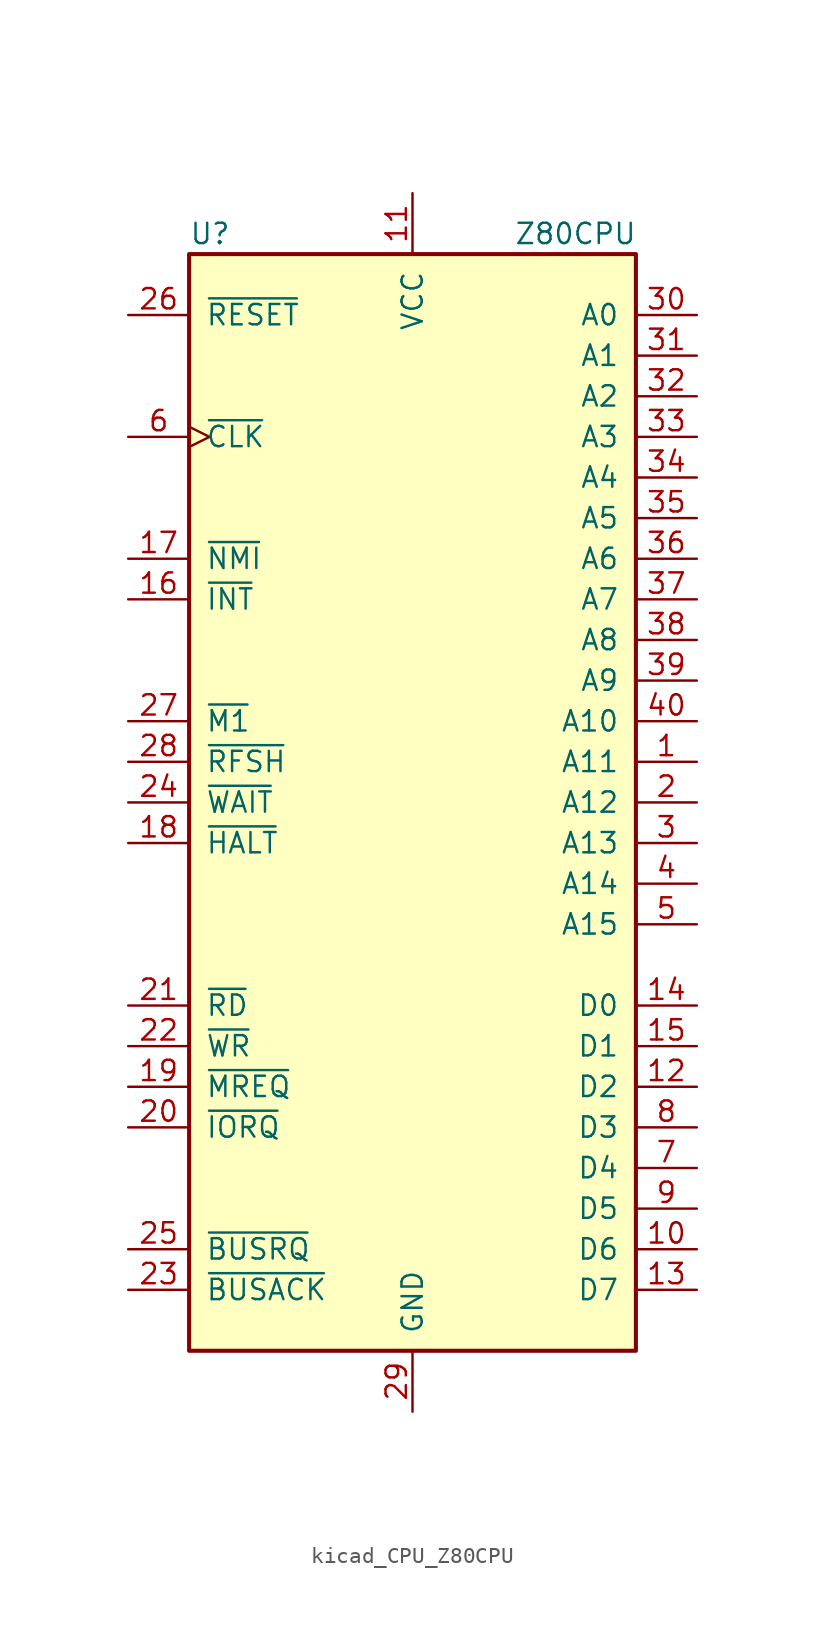
<source format=kicad_sym>
(kicad_symbol_lib
  (version 20220914)
  (generator kicad_symbol_editor)
  (symbol "kicad_CPU_Z80CPU"
    (pin_names
      (offset 1.016))
    (property "Reference" "U"
      (at -13.97 35.56 0)
      (effects (font (size 1.27 1.27)) (justify left)))
    (property "Value" "Z80CPU"
      (at 6.35 35.56 0)
      (effects (font (size 1.27 1.27)) (justify left)))
    (symbol "kicad_CPU_Z80CPU_0_1"
      (rectangle (start -13.97 34.29) (end 13.97 -34.29) (stroke (width 0.254) (type default)) (fill (type background))))
    (symbol "kicad_CPU_Z80CPU_1_1"
      (pin output line (at 17.78 2.54 180) (length 3.81) (name "A11" (effects (font (size 1.27 1.27)))) (number "1" (effects (font (size 1.27 1.27)))))
      (pin bidirectional line (at 17.78 -27.94 180) (length 3.81) (name "D6" (effects (font (size 1.27 1.27)))) (number "10" (effects (font (size 1.27 1.27)))))
      (pin power_in line (at 0 38.1 270) (length 3.81) (name "VCC" (effects (font (size 1.27 1.27)))) (number "11" (effects (font (size 1.27 1.27)))))
      (pin bidirectional line (at 17.78 -17.78 180) (length 3.81) (name "D2" (effects (font (size 1.27 1.27)))) (number "12" (effects (font (size 1.27 1.27)))))
      (pin bidirectional line (at 17.78 -30.48 180) (length 3.81) (name "D7" (effects (font (size 1.27 1.27)))) (number "13" (effects (font (size 1.27 1.27)))))
      (pin bidirectional line (at 17.78 -12.7 180) (length 3.81) (name "D0" (effects (font (size 1.27 1.27)))) (number "14" (effects (font (size 1.27 1.27)))))
      (pin bidirectional line (at 17.78 -15.24 180) (length 3.81) (name "D1" (effects (font (size 1.27 1.27)))) (number "15" (effects (font (size 1.27 1.27)))))
      (pin input line (at -17.78 12.7 0) (length 3.81) (name "~{INT}" (effects (font (size 1.27 1.27)))) (number "16" (effects (font (size 1.27 1.27)))))
      (pin input line (at -17.78 15.24 0) (length 3.81) (name "~{NMI}" (effects (font (size 1.27 1.27)))) (number "17" (effects (font (size 1.27 1.27)))))
      (pin output line (at -17.78 -2.54 0) (length 3.81) (name "~{HALT}" (effects (font (size 1.27 1.27)))) (number "18" (effects (font (size 1.27 1.27)))))
      (pin output line (at -17.78 -17.78 0) (length 3.81) (name "~{MREQ}" (effects (font (size 1.27 1.27)))) (number "19" (effects (font (size 1.27 1.27)))))
      (pin output line (at 17.78 0 180) (length 3.81) (name "A12" (effects (font (size 1.27 1.27)))) (number "2" (effects (font (size 1.27 1.27)))))
      (pin output line (at -17.78 -20.32 0) (length 3.81) (name "~{IORQ}" (effects (font (size 1.27 1.27)))) (number "20" (effects (font (size 1.27 1.27)))))
      (pin output line (at -17.78 -12.7 0) (length 3.81) (name "~{RD}" (effects (font (size 1.27 1.27)))) (number "21" (effects (font (size 1.27 1.27)))))
      (pin output line (at -17.78 -15.24 0) (length 3.81) (name "~{WR}" (effects (font (size 1.27 1.27)))) (number "22" (effects (font (size 1.27 1.27)))))
      (pin output line (at -17.78 -30.48 0) (length 3.81) (name "~{BUSACK}" (effects (font (size 1.27 1.27)))) (number "23" (effects (font (size 1.27 1.27)))))
      (pin input line (at -17.78 0 0) (length 3.81) (name "~{WAIT}" (effects (font (size 1.27 1.27)))) (number "24" (effects (font (size 1.27 1.27)))))
      (pin input line (at -17.78 -27.94 0) (length 3.81) (name "~{BUSRQ}" (effects (font (size 1.27 1.27)))) (number "25" (effects (font (size 1.27 1.27)))))
      (pin input line (at -17.78 30.48 0) (length 3.81) (name "~{RESET}" (effects (font (size 1.27 1.27)))) (number "26" (effects (font (size 1.27 1.27)))))
      (pin output line (at -17.78 5.08 0) (length 3.81) (name "~{M1}" (effects (font (size 1.27 1.27)))) (number "27" (effects (font (size 1.27 1.27)))))
      (pin output line (at -17.78 2.54 0) (length 3.81) (name "~{RFSH}" (effects (font (size 1.27 1.27)))) (number "28" (effects (font (size 1.27 1.27)))))
      (pin power_in line (at 0 -38.1 90) (length 3.81) (name "GND" (effects (font (size 1.27 1.27)))) (number "29" (effects (font (size 1.27 1.27)))))
      (pin output line (at 17.78 -2.54 180) (length 3.81) (name "A13" (effects (font (size 1.27 1.27)))) (number "3" (effects (font (size 1.27 1.27)))))
      (pin output line (at 17.78 30.48 180) (length 3.81) (name "A0" (effects (font (size 1.27 1.27)))) (number "30" (effects (font (size 1.27 1.27)))))
      (pin output line (at 17.78 27.94 180) (length 3.81) (name "A1" (effects (font (size 1.27 1.27)))) (number "31" (effects (font (size 1.27 1.27)))))
      (pin output line (at 17.78 25.4 180) (length 3.81) (name "A2" (effects (font (size 1.27 1.27)))) (number "32" (effects (font (size 1.27 1.27)))))
      (pin output line (at 17.78 22.86 180) (length 3.81) (name "A3" (effects (font (size 1.27 1.27)))) (number "33" (effects (font (size 1.27 1.27)))))
      (pin output line (at 17.78 20.32 180) (length 3.81) (name "A4" (effects (font (size 1.27 1.27)))) (number "34" (effects (font (size 1.27 1.27)))))
      (pin output line (at 17.78 17.78 180) (length 3.81) (name "A5" (effects (font (size 1.27 1.27)))) (number "35" (effects (font (size 1.27 1.27)))))
      (pin output line (at 17.78 15.24 180) (length 3.81) (name "A6" (effects (font (size 1.27 1.27)))) (number "36" (effects (font (size 1.27 1.27)))))
      (pin output line (at 17.78 12.7 180) (length 3.81) (name "A7" (effects (font (size 1.27 1.27)))) (number "37" (effects (font (size 1.27 1.27)))))
      (pin output line (at 17.78 10.16 180) (length 3.81) (name "A8" (effects (font (size 1.27 1.27)))) (number "38" (effects (font (size 1.27 1.27)))))
      (pin output line (at 17.78 7.62 180) (length 3.81) (name "A9" (effects (font (size 1.27 1.27)))) (number "39" (effects (font (size 1.27 1.27)))))
      (pin output line (at 17.78 -5.08 180) (length 3.81) (name "A14" (effects (font (size 1.27 1.27)))) (number "4" (effects (font (size 1.27 1.27)))))
      (pin output line (at 17.78 5.08 180) (length 3.81) (name "A10" (effects (font (size 1.27 1.27)))) (number "40" (effects (font (size 1.27 1.27)))))
      (pin output line (at 17.78 -7.62 180) (length 3.81) (name "A15" (effects (font (size 1.27 1.27)))) (number "5" (effects (font (size 1.27 1.27)))))
      (pin input clock (at -17.78 22.86 0) (length 3.81) (name "~{CLK}" (effects (font (size 1.27 1.27)))) (number "6" (effects (font (size 1.27 1.27)))))
      (pin bidirectional line (at 17.78 -22.86 180) (length 3.81) (name "D4" (effects (font (size 1.27 1.27)))) (number "7" (effects (font (size 1.27 1.27)))))
      (pin bidirectional line (at 17.78 -20.32 180) (length 3.81) (name "D3" (effects (font (size 1.27 1.27)))) (number "8" (effects (font (size 1.27 1.27)))))
      (pin bidirectional line (at 17.78 -25.4 180) (length 3.81) (name "D5" (effects (font (size 1.27 1.27)))) (number "9" (effects (font (size 1.27 1.27))))))))
</source>
